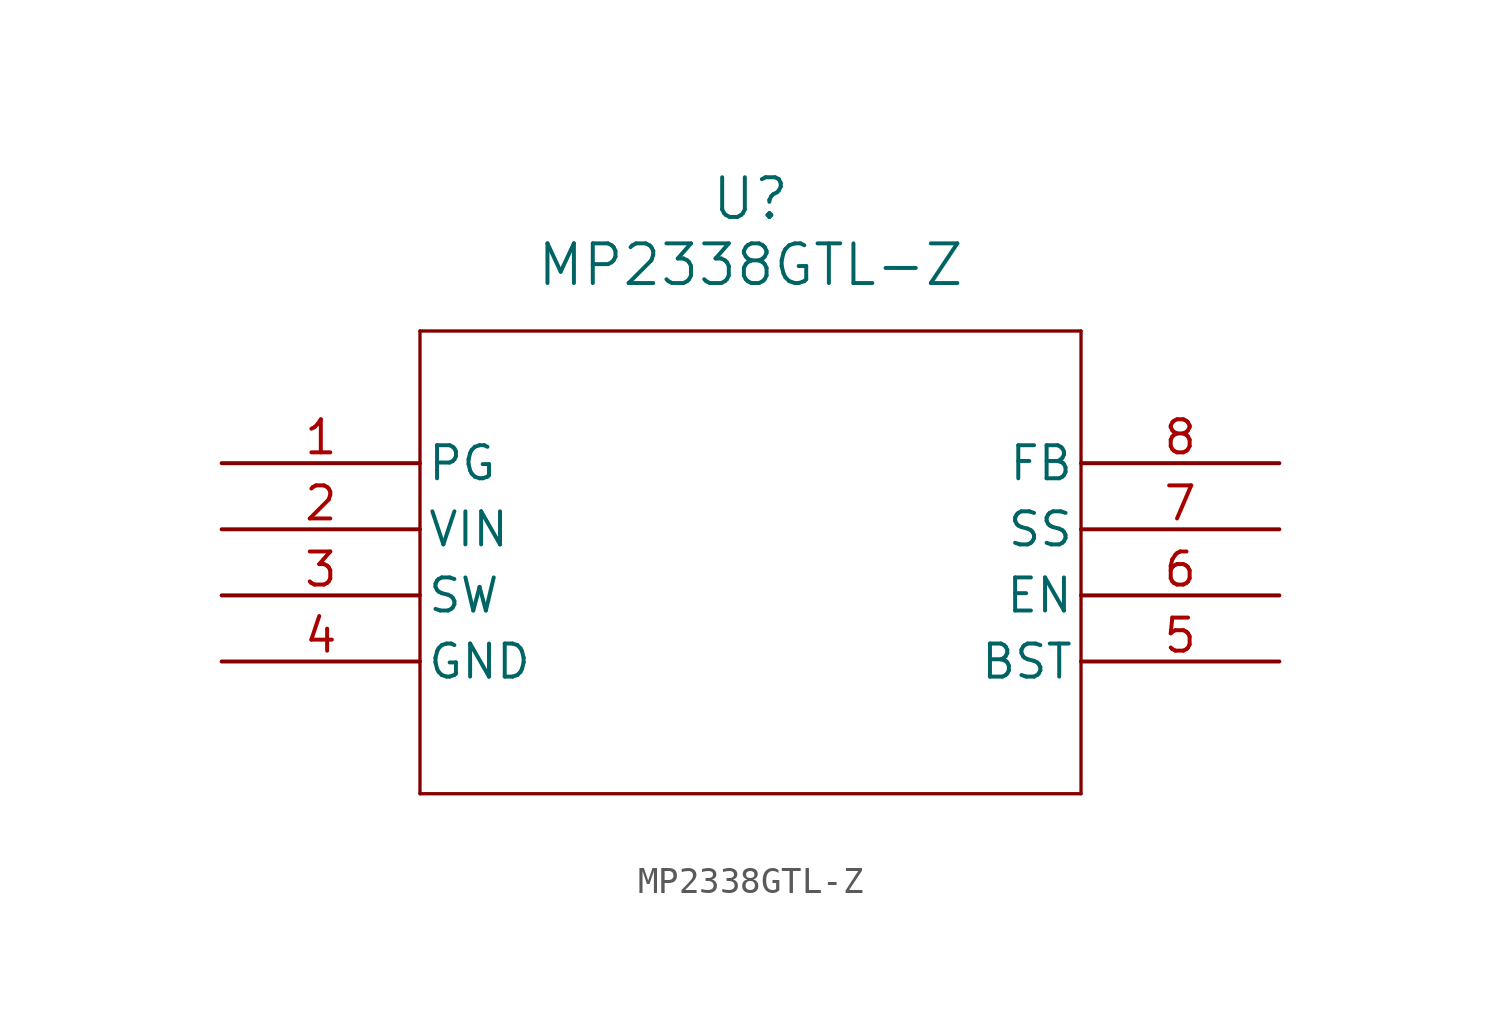
<source format=kicad_sym>
(kicad_symbol_lib
  (version 20220914)
  (generator kicad_symbol_editor)
  (symbol "MP2338GTL-Z"
    (pin_names
      (offset 0.254))
    (property "Reference" "U"
      (at 20.32 10.16 0)
      (effects (font (size 1.524 1.524))))
    (property "Value" "MP2338GTL-Z"
      (at 20.32 7.62 0)
      (effects (font (size 1.524 1.524))))
    (property "ki_locked" ""
      (at 0 0 0)
      (effects (font (size 1.27 1.27))))
    (symbol "MP2338GTL-Z_0_1"
      (polyline (pts (xy 7.62 -12.7) (xy 33.02 -12.7)) (stroke (width 0.127) (type default)) (fill (type none)))
      (polyline (pts (xy 7.62 5.08) (xy 7.62 -12.7)) (stroke (width 0.127) (type default)) (fill (type none)))
      (polyline (pts (xy 33.02 -12.7) (xy 33.02 5.08)) (stroke (width 0.127) (type default)) (fill (type none)))
      (polyline (pts (xy 33.02 5.08) (xy 7.62 5.08)) (stroke (width 0.127) (type default)) (fill (type none)))
      (pin output line (at 0 0 0) (length 7.62) (name "PG" (effects (font (size 1.27 1.27)))) (number "1" (effects (font (size 1.27 1.27)))))
      (pin power_in line (at 0 -2.54 0) (length 7.62) (name "VIN" (effects (font (size 1.27 1.27)))) (number "2" (effects (font (size 1.27 1.27)))))
      (pin output line (at 0 -5.08 0) (length 7.62) (name "SW" (effects (font (size 1.27 1.27)))) (number "3" (effects (font (size 1.27 1.27)))))
      (pin power_in line (at 0 -7.62 0) (length 7.62) (name "GND" (effects (font (size 1.27 1.27)))) (number "4" (effects (font (size 1.27 1.27)))))
      (pin power_in line (at 40.64 -7.62 180) (length 7.62) (name "BST" (effects (font (size 1.27 1.27)))) (number "5" (effects (font (size 1.27 1.27)))))
      (pin input line (at 40.64 -5.08 180) (length 7.62) (name "EN" (effects (font (size 1.27 1.27)))) (number "6" (effects (font (size 1.27 1.27)))))
      (pin output line (at 40.64 0 180) (length 7.62) (name "FB" (effects (font (size 1.27 1.27)))) (number "8" (effects (font (size 1.27 1.27))))))
    (symbol "MP2338GTL-Z_1_1"
      (pin input line (at 40.64 -2.54 180) (length 7.62) (name "SS" (effects (font (size 1.27 1.27)))) (number "7" (effects (font (size 1.27 1.27))))))))
</source>
